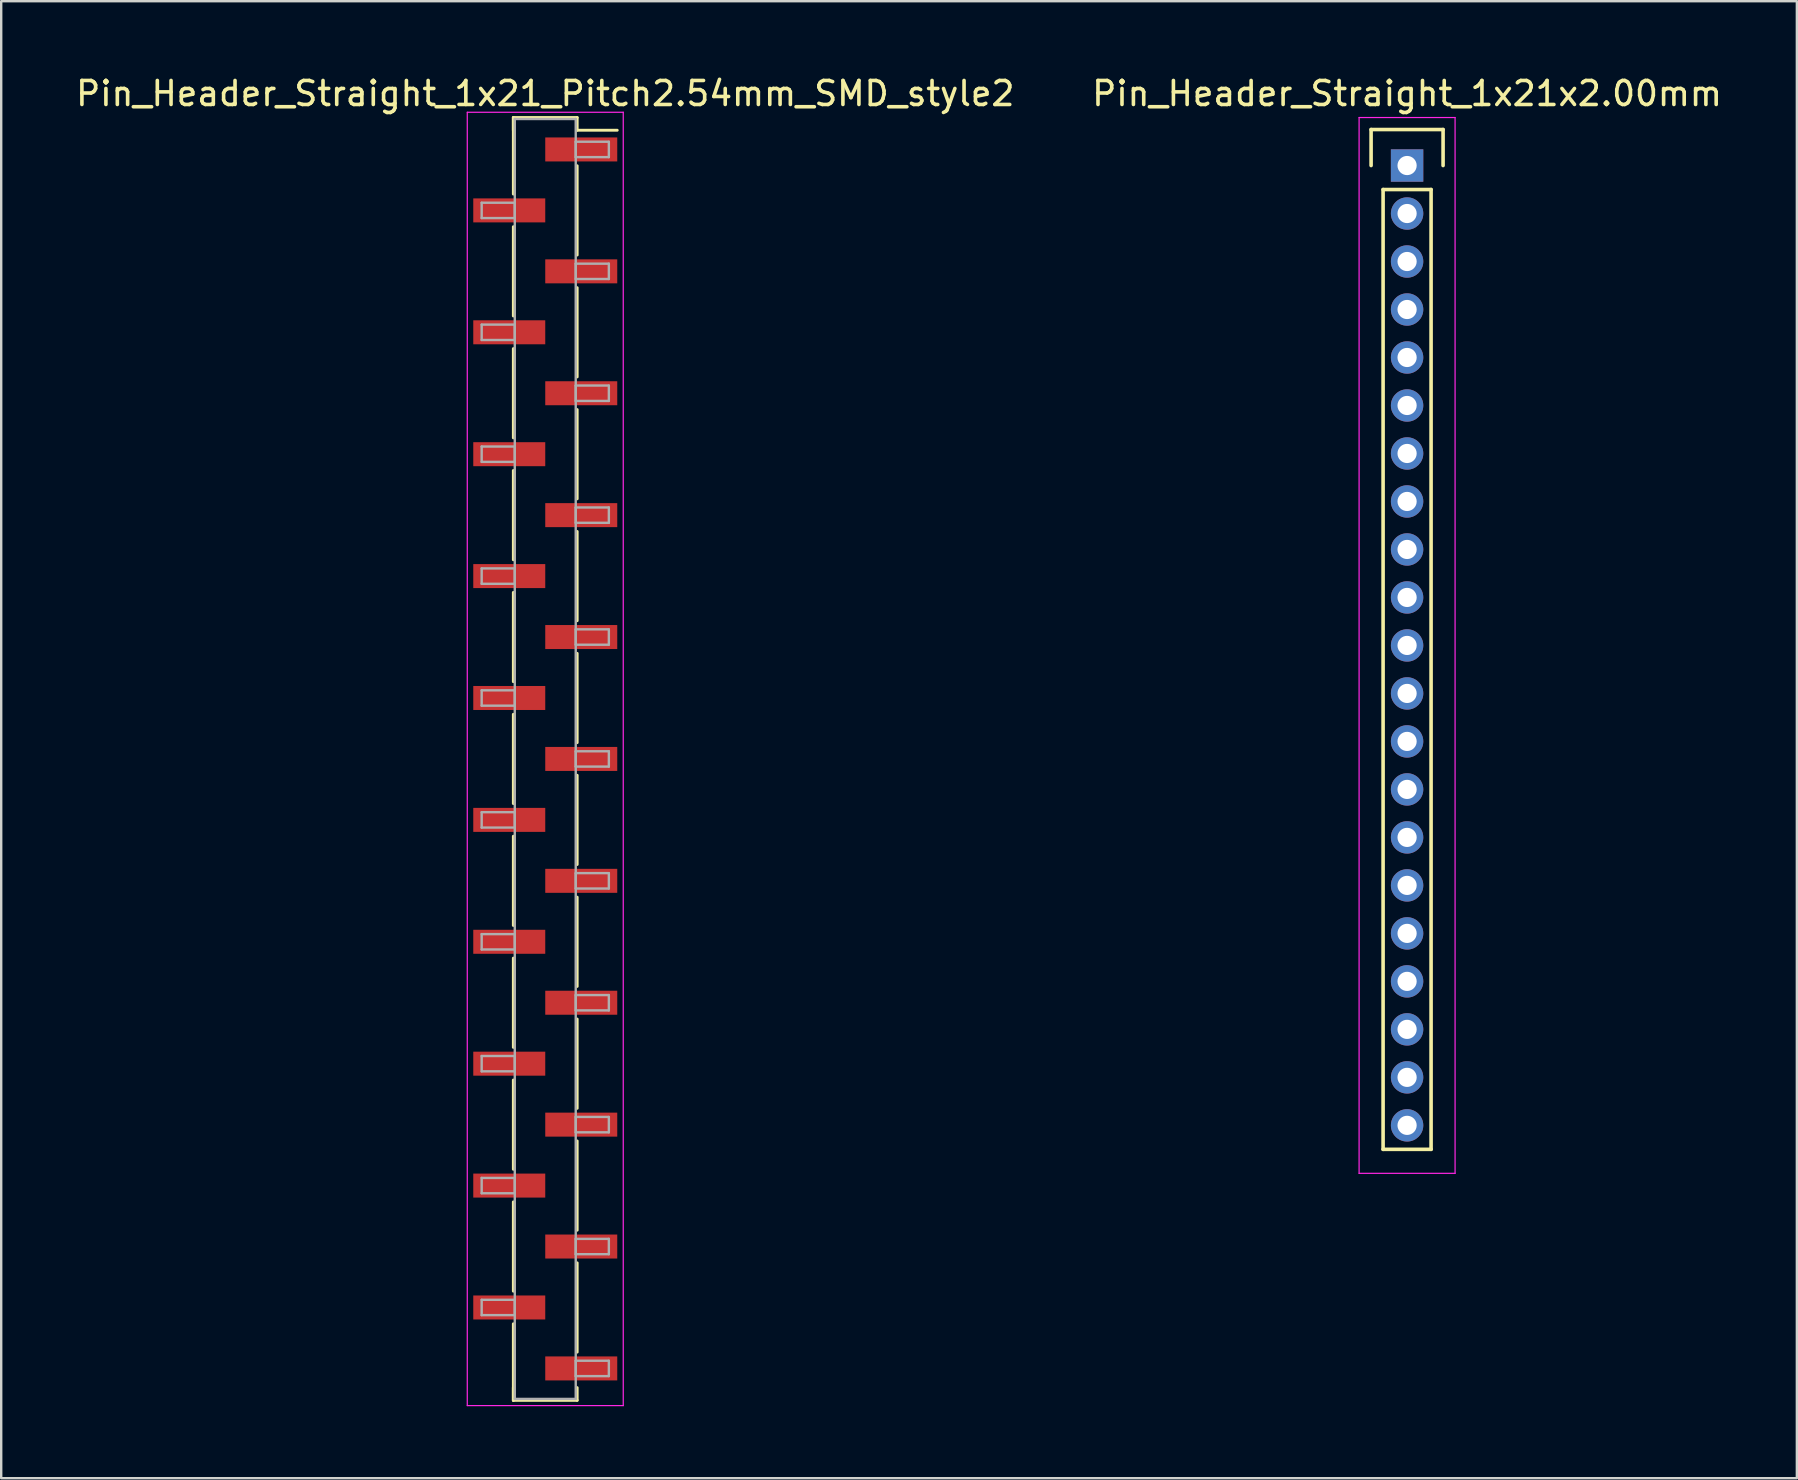
<source format=kicad_pcb>
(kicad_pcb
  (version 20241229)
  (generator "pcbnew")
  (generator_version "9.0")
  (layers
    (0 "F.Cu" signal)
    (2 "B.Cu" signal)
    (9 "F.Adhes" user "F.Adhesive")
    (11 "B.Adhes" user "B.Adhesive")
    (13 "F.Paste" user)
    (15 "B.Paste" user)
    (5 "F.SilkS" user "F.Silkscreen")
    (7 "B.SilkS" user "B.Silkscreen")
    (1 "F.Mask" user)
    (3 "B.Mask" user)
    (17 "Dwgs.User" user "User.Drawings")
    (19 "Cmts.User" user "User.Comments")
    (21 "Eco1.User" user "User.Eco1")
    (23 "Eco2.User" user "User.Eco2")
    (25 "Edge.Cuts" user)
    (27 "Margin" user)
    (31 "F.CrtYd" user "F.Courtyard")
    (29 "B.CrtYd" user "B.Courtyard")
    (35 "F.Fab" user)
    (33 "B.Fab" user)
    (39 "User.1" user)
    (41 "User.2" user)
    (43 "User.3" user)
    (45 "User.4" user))
  (footprint "Pin_Header_Straight_1x21_Pitch2.54mm_SMD_style2"
    (layer "F.Cu")
    (at 19.673 28.578)
    (property "Reference" "Pin_Header_Straight_1x21_Pitch2.54mm_SMD_style2" (at 0 -27.73 0) (layer "F.SilkS") (effects (font (size 1 1) (thickness 0.15))))
    (attr smd)
    (fp_line (start -1.33 -26.73) (end -1.33 -23.54) (stroke (width 0.12) (type solid)) (layer "F.SilkS"))
    (fp_line (start -1.33 -26.73) (end 1.33 -26.73) (stroke (width 0.12) (type solid)) (layer "F.SilkS"))
    (fp_line (start -1.33 -26.2) (end -1.33 -26.73) (stroke (width 0.12) (type solid)) (layer "F.SilkS"))
    (fp_line (start -1.33 -22.18) (end -1.33 -18.46) (stroke (width 0.12) (type solid)) (layer "F.SilkS"))
    (fp_line (start -1.33 -17.1) (end -1.33 -13.38) (stroke (width 0.12) (type solid)) (layer "F.SilkS"))
    (fp_line (start -1.33 -12.02) (end -1.33 -8.3) (stroke (width 0.12) (type solid)) (layer "F.SilkS"))
    (fp_line (start -1.33 -6.94) (end -1.33 -3.22) (stroke (width 0.12) (type solid)) (layer "F.SilkS"))
    (fp_line (start -1.33 -1.86) (end -1.33 1.86) (stroke (width 0.12) (type solid)) (layer "F.SilkS"))
    (fp_line (start -1.33 3.22) (end -1.33 6.94) (stroke (width 0.12) (type solid)) (layer "F.SilkS"))
    (fp_line (start -1.33 8.3) (end -1.33 12.02) (stroke (width 0.12) (type solid)) (layer "F.SilkS"))
    (fp_line (start -1.33 13.38) (end -1.33 17.1) (stroke (width 0.12) (type solid)) (layer "F.SilkS"))
    (fp_line (start -1.33 18.46) (end -1.33 22.18) (stroke (width 0.12) (type solid)) (layer "F.SilkS"))
    (fp_line (start -1.33 23.54) (end -1.33 26.73) (stroke (width 0.12) (type solid)) (layer "F.SilkS"))
    (fp_line (start -1.33 26.2) (end -1.33 26.73) (stroke (width 0.12) (type solid)) (layer "F.SilkS"))
    (fp_line (start -1.33 26.73) (end 1.33 26.73) (stroke (width 0.12) (type solid)) (layer "F.SilkS"))
    (fp_line (start 1.33 -26.73) (end 1.33 -26.2) (stroke (width 0.12) (type solid)) (layer "F.SilkS"))
    (fp_line (start 1.33 -26.2) (end 3 -26.2) (stroke (width 0.12) (type solid)) (layer "F.SilkS"))
    (fp_line (start 1.33 -24.72) (end 1.33 -21) (stroke (width 0.12) (type solid)) (layer "F.SilkS"))
    (fp_line (start 1.33 -19.64) (end 1.33 -15.92) (stroke (width 0.12) (type solid)) (layer "F.SilkS"))
    (fp_line (start 1.33 -14.56) (end 1.33 -10.84) (stroke (width 0.12) (type solid)) (layer "F.SilkS"))
    (fp_line (start 1.33 -9.48) (end 1.33 -5.76) (stroke (width 0.12) (type solid)) (layer "F.SilkS"))
    (fp_line (start 1.33 -4.4) (end 1.33 -0.68) (stroke (width 0.12) (type solid)) (layer "F.SilkS"))
    (fp_line (start 1.33 0.68) (end 1.33 4.4) (stroke (width 0.12) (type solid)) (layer "F.SilkS"))
    (fp_line (start 1.33 5.76) (end 1.33 9.48) (stroke (width 0.12) (type solid)) (layer "F.SilkS"))
    (fp_line (start 1.33 10.84) (end 1.33 14.56) (stroke (width 0.12) (type solid)) (layer "F.SilkS"))
    (fp_line (start 1.33 15.92) (end 1.33 19.64) (stroke (width 0.12) (type solid)) (layer "F.SilkS"))
    (fp_line (start 1.33 21) (end 1.33 24.72) (stroke (width 0.12) (type solid)) (layer "F.SilkS"))
    (fp_line (start 1.33 26.73) (end 1.33 26.2) (stroke (width 0.12) (type solid)) (layer "F.SilkS"))
    (fp_line (start -3.25 -26.95) (end -3.25 26.95) (stroke (width 0.05) (type solid)) (layer "F.CrtYd"))
    (fp_line (start -3.25 26.95) (end 3.25 26.95) (stroke (width 0.05) (type solid)) (layer "F.CrtYd"))
    (fp_line (start 3.25 -26.95) (end -3.25 -26.95) (stroke (width 0.05) (type solid)) (layer "F.CrtYd"))
    (fp_line (start 3.25 26.95) (end 3.25 -26.95) (stroke (width 0.05) (type solid)) (layer "F.CrtYd"))
    (fp_line (start -2.65 -23.18) (end -1.27 -23.18) (stroke (width 0.1) (type solid)) (layer "F.Fab"))
    (fp_line (start -2.65 -22.54) (end -2.65 -23.18) (stroke (width 0.1) (type solid)) (layer "F.Fab"))
    (fp_line (start -2.65 -18.1) (end -1.27 -18.1) (stroke (width 0.1) (type solid)) (layer "F.Fab"))
    (fp_line (start -2.65 -17.46) (end -2.65 -18.1) (stroke (width 0.1) (type solid)) (layer "F.Fab"))
    (fp_line (start -2.65 -13.02) (end -1.27 -13.02) (stroke (width 0.1) (type solid)) (layer "F.Fab"))
    (fp_line (start -2.65 -12.38) (end -2.65 -13.02) (stroke (width 0.1) (type solid)) (layer "F.Fab"))
    (fp_line (start -2.65 -7.94) (end -1.27 -7.94) (stroke (width 0.1) (type solid)) (layer "F.Fab"))
    (fp_line (start -2.65 -7.3) (end -2.65 -7.94) (stroke (width 0.1) (type solid)) (layer "F.Fab"))
    (fp_line (start -2.65 -2.86) (end -1.27 -2.86) (stroke (width 0.1) (type solid)) (layer "F.Fab"))
    (fp_line (start -2.65 -2.22) (end -2.65 -2.86) (stroke (width 0.1) (type solid)) (layer "F.Fab"))
    (fp_line (start -2.65 2.22) (end -1.27 2.22) (stroke (width 0.1) (type solid)) (layer "F.Fab"))
    (fp_line (start -2.65 2.86) (end -2.65 2.22) (stroke (width 0.1) (type solid)) (layer "F.Fab"))
    (fp_line (start -2.65 7.3) (end -1.27 7.3) (stroke (width 0.1) (type solid)) (layer "F.Fab"))
    (fp_line (start -2.65 7.94) (end -2.65 7.3) (stroke (width 0.1) (type solid)) (layer "F.Fab"))
    (fp_line (start -2.65 12.38) (end -1.27 12.38) (stroke (width 0.1) (type solid)) (layer "F.Fab"))
    (fp_line (start -2.65 13.02) (end -2.65 12.38) (stroke (width 0.1) (type solid)) (layer "F.Fab"))
    (fp_line (start -2.65 17.46) (end -1.27 17.46) (stroke (width 0.1) (type solid)) (layer "F.Fab"))
    (fp_line (start -2.65 18.1) (end -2.65 17.46) (stroke (width 0.1) (type solid)) (layer "F.Fab"))
    (fp_line (start -2.65 22.54) (end -1.27 22.54) (stroke (width 0.1) (type solid)) (layer "F.Fab"))
    (fp_line (start -2.65 23.18) (end -2.65 22.54) (stroke (width 0.1) (type solid)) (layer "F.Fab"))
    (fp_line (start -1.27 -26.67) (end -1.27 26.67) (stroke (width 0.1) (type solid)) (layer "F.Fab"))
    (fp_line (start -1.27 -23.18) (end -1.27 -22.54) (stroke (width 0.1) (type solid)) (layer "F.Fab"))
    (fp_line (start -1.27 -22.54) (end -2.65 -22.54) (stroke (width 0.1) (type solid)) (layer "F.Fab"))
    (fp_line (start -1.27 -18.1) (end -1.27 -17.46) (stroke (width 0.1) (type solid)) (layer "F.Fab"))
    (fp_line (start -1.27 -17.46) (end -2.65 -17.46) (stroke (width 0.1) (type solid)) (layer "F.Fab"))
    (fp_line (start -1.27 -13.02) (end -1.27 -12.38) (stroke (width 0.1) (type solid)) (layer "F.Fab"))
    (fp_line (start -1.27 -12.38) (end -2.65 -12.38) (stroke (width 0.1) (type solid)) (layer "F.Fab"))
    (fp_line (start -1.27 -7.94) (end -1.27 -7.3) (stroke (width 0.1) (type solid)) (layer "F.Fab"))
    (fp_line (start -1.27 -7.3) (end -2.65 -7.3) (stroke (width 0.1) (type solid)) (layer "F.Fab"))
    (fp_line (start -1.27 -2.86) (end -1.27 -2.22) (stroke (width 0.1) (type solid)) (layer "F.Fab"))
    (fp_line (start -1.27 -2.22) (end -2.65 -2.22) (stroke (width 0.1) (type solid)) (layer "F.Fab"))
    (fp_line (start -1.27 2.22) (end -1.27 2.86) (stroke (width 0.1) (type solid)) (layer "F.Fab"))
    (fp_line (start -1.27 2.86) (end -2.65 2.86) (stroke (width 0.1) (type solid)) (layer "F.Fab"))
    (fp_line (start -1.27 7.3) (end -1.27 7.94) (stroke (width 0.1) (type solid)) (layer "F.Fab"))
    (fp_line (start -1.27 7.94) (end -2.65 7.94) (stroke (width 0.1) (type solid)) (layer "F.Fab"))
    (fp_line (start -1.27 12.38) (end -1.27 13.02) (stroke (width 0.1) (type solid)) (layer "F.Fab"))
    (fp_line (start -1.27 13.02) (end -2.65 13.02) (stroke (width 0.1) (type solid)) (layer "F.Fab"))
    (fp_line (start -1.27 17.46) (end -1.27 18.1) (stroke (width 0.1) (type solid)) (layer "F.Fab"))
    (fp_line (start -1.27 18.1) (end -2.65 18.1) (stroke (width 0.1) (type solid)) (layer "F.Fab"))
    (fp_line (start -1.27 22.54) (end -1.27 23.18) (stroke (width 0.1) (type solid)) (layer "F.Fab"))
    (fp_line (start -1.27 23.18) (end -2.65 23.18) (stroke (width 0.1) (type solid)) (layer "F.Fab"))
    (fp_line (start -1.27 26.67) (end 1.27 26.67) (stroke (width 0.1) (type solid)) (layer "F.Fab"))
    (fp_line (start 1.27 -26.67) (end -1.27 -26.67) (stroke (width 0.1) (type solid)) (layer "F.Fab"))
    (fp_line (start 1.27 -25.72) (end 1.27 -25.08) (stroke (width 0.1) (type solid)) (layer "F.Fab"))
    (fp_line (start 1.27 -25.08) (end 2.65 -25.08) (stroke (width 0.1) (type solid)) (layer "F.Fab"))
    (fp_line (start 1.27 -20.64) (end 1.27 -20) (stroke (width 0.1) (type solid)) (layer "F.Fab"))
    (fp_line (start 1.27 -20) (end 2.65 -20) (stroke (width 0.1) (type solid)) (layer "F.Fab"))
    (fp_line (start 1.27 -15.56) (end 1.27 -14.92) (stroke (width 0.1) (type solid)) (layer "F.Fab"))
    (fp_line (start 1.27 -14.92) (end 2.65 -14.92) (stroke (width 0.1) (type solid)) (layer "F.Fab"))
    (fp_line (start 1.27 -10.48) (end 1.27 -9.84) (stroke (width 0.1) (type solid)) (layer "F.Fab"))
    (fp_line (start 1.27 -9.84) (end 2.65 -9.84) (stroke (width 0.1) (type solid)) (layer "F.Fab"))
    (fp_line (start 1.27 -5.4) (end 1.27 -4.76) (stroke (width 0.1) (type solid)) (layer "F.Fab"))
    (fp_line (start 1.27 -4.76) (end 2.65 -4.76) (stroke (width 0.1) (type solid)) (layer "F.Fab"))
    (fp_line (start 1.27 -0.32) (end 1.27 0.32) (stroke (width 0.1) (type solid)) (layer "F.Fab"))
    (fp_line (start 1.27 0.32) (end 2.65 0.32) (stroke (width 0.1) (type solid)) (layer "F.Fab"))
    (fp_line (start 1.27 4.76) (end 1.27 5.4) (stroke (width 0.1) (type solid)) (layer "F.Fab"))
    (fp_line (start 1.27 5.4) (end 2.65 5.4) (stroke (width 0.1) (type solid)) (layer "F.Fab"))
    (fp_line (start 1.27 9.84) (end 1.27 10.48) (stroke (width 0.1) (type solid)) (layer "F.Fab"))
    (fp_line (start 1.27 10.48) (end 2.65 10.48) (stroke (width 0.1) (type solid)) (layer "F.Fab"))
    (fp_line (start 1.27 14.92) (end 1.27 15.56) (stroke (width 0.1) (type solid)) (layer "F.Fab"))
    (fp_line (start 1.27 15.56) (end 2.65 15.56) (stroke (width 0.1) (type solid)) (layer "F.Fab"))
    (fp_line (start 1.27 20) (end 1.27 20.64) (stroke (width 0.1) (type solid)) (layer "F.Fab"))
    (fp_line (start 1.27 20.64) (end 2.65 20.64) (stroke (width 0.1) (type solid)) (layer "F.Fab"))
    (fp_line (start 1.27 25.08) (end 1.27 25.72) (stroke (width 0.1) (type solid)) (layer "F.Fab"))
    (fp_line (start 1.27 25.72) (end 2.65 25.72) (stroke (width 0.1) (type solid)) (layer "F.Fab"))
    (fp_line (start 1.27 26.67) (end 1.27 -26.67) (stroke (width 0.1) (type solid)) (layer "F.Fab"))
    (fp_line (start 2.65 -25.72) (end 1.27 -25.72) (stroke (width 0.1) (type solid)) (layer "F.Fab"))
    (fp_line (start 2.65 -25.08) (end 2.65 -25.72) (stroke (width 0.1) (type solid)) (layer "F.Fab"))
    (fp_line (start 2.65 -20.64) (end 1.27 -20.64) (stroke (width 0.1) (type solid)) (layer "F.Fab"))
    (fp_line (start 2.65 -20) (end 2.65 -20.64) (stroke (width 0.1) (type solid)) (layer "F.Fab"))
    (fp_line (start 2.65 -15.56) (end 1.27 -15.56) (stroke (width 0.1) (type solid)) (layer "F.Fab"))
    (fp_line (start 2.65 -14.92) (end 2.65 -15.56) (stroke (width 0.1) (type solid)) (layer "F.Fab"))
    (fp_line (start 2.65 -10.48) (end 1.27 -10.48) (stroke (width 0.1) (type solid)) (layer "F.Fab"))
    (fp_line (start 2.65 -9.84) (end 2.65 -10.48) (stroke (width 0.1) (type solid)) (layer "F.Fab"))
    (fp_line (start 2.65 -5.4) (end 1.27 -5.4) (stroke (width 0.1) (type solid)) (layer "F.Fab"))
    (fp_line (start 2.65 -4.76) (end 2.65 -5.4) (stroke (width 0.1) (type solid)) (layer "F.Fab"))
    (fp_line (start 2.65 -0.32) (end 1.27 -0.32) (stroke (width 0.1) (type solid)) (layer "F.Fab"))
    (fp_line (start 2.65 0.32) (end 2.65 -0.32) (stroke (width 0.1) (type solid)) (layer "F.Fab"))
    (fp_line (start 2.65 4.76) (end 1.27 4.76) (stroke (width 0.1) (type solid)) (layer "F.Fab"))
    (fp_line (start 2.65 5.4) (end 2.65 4.76) (stroke (width 0.1) (type solid)) (layer "F.Fab"))
    (fp_line (start 2.65 9.84) (end 1.27 9.84) (stroke (width 0.1) (type solid)) (layer "F.Fab"))
    (fp_line (start 2.65 10.48) (end 2.65 9.84) (stroke (width 0.1) (type solid)) (layer "F.Fab"))
    (fp_line (start 2.65 14.92) (end 1.27 14.92) (stroke (width 0.1) (type solid)) (layer "F.Fab"))
    (fp_line (start 2.65 15.56) (end 2.65 14.92) (stroke (width 0.1) (type solid)) (layer "F.Fab"))
    (fp_line (start 2.65 20) (end 1.27 20) (stroke (width 0.1) (type solid)) (layer "F.Fab"))
    (fp_line (start 2.65 20.64) (end 2.65 20) (stroke (width 0.1) (type solid)) (layer "F.Fab"))
    (fp_line (start 2.65 25.08) (end 1.27 25.08) (stroke (width 0.1) (type solid)) (layer "F.Fab"))
    (fp_line (start 2.65 25.72) (end 2.65 25.08) (stroke (width 0.1) (type solid)) (layer "F.Fab"))
    (pad "1" smd rect (at 1.5 -25.4) (size 3 1) (layers "F.Cu" "F.Mask"))
    (pad "2" smd rect (at -1.5 -22.86) (size 3 1) (layers "F.Cu" "F.Mask"))
    (pad "3" smd rect (at 1.5 -20.32) (size 3 1) (layers "F.Cu" "F.Mask"))
    (pad "4" smd rect (at -1.5 -17.78) (size 3 1) (layers "F.Cu" "F.Mask"))
    (pad "5" smd rect (at 1.5 -15.24) (size 3 1) (layers "F.Cu" "F.Mask"))
    (pad "6" smd rect (at -1.5 -12.7) (size 3 1) (layers "F.Cu" "F.Mask"))
    (pad "7" smd rect (at 1.5 -10.16) (size 3 1) (layers "F.Cu" "F.Mask"))
    (pad "8" smd rect (at -1.5 -7.62) (size 3 1) (layers "F.Cu" "F.Mask"))
    (pad "9" smd rect (at 1.5 -5.08) (size 3 1) (layers "F.Cu" "F.Mask"))
    (pad "10" smd rect (at -1.5 -2.54) (size 3 1) (layers "F.Cu" "F.Mask"))
    (pad "11" smd rect (at 1.5 0) (size 3 1) (layers "F.Cu" "F.Mask"))
    (pad "12" smd rect (at -1.5 2.54) (size 3 1) (layers "F.Cu" "F.Mask"))
    (pad "13" smd rect (at 1.5 5.08) (size 3 1) (layers "F.Cu" "F.Mask"))
    (pad "14" smd rect (at -1.5 7.62) (size 3 1) (layers "F.Cu" "F.Mask"))
    (pad "15" smd rect (at 1.5 10.16) (size 3 1) (layers "F.Cu" "F.Mask"))
    (pad "16" smd rect (at -1.5 12.7) (size 3 1) (layers "F.Cu" "F.Mask"))
    (pad "17" smd rect (at 1.5 15.24) (size 3 1) (layers "F.Cu" "F.Mask"))
    (pad "18" smd rect (at -1.5 17.78) (size 3 1) (layers "F.Cu" "F.Mask"))
    (pad "19" smd rect (at 1.5 20.32) (size 3 1) (layers "F.Cu" "F.Mask"))
    (pad "20" smd rect (at -1.5 22.86) (size 3 1) (layers "F.Cu" "F.Mask"))
    (pad "21" smd rect (at 1.5 25.4) (size 3 1) (layers "F.Cu" "F.Mask")))
  (footprint "Pin_Header_Straight_1x21x2.00mm"
    (layer "F.Cu")
    (at 55.589 3.848)
    (property "Reference" "Pin_Header_Straight_1x21x2.00mm" (at 0 -3 0) (layer "F.SilkS") (effects (font (size 1 1) (thickness 0.15))))
    (attr through_hole)
    (fp_line (start -1.5 -1.5) (end 1.5 -1.5) (stroke (width 0.15) (type solid)) (layer "F.SilkS"))
    (fp_line (start -1.5 0) (end -1.5 -1.5) (stroke (width 0.15) (type solid)) (layer "F.SilkS"))
    (fp_line (start -1 1) (end 1 1) (stroke (width 0.15) (type solid)) (layer "F.SilkS"))
    (fp_line (start -1 41) (end -1 1) (stroke (width 0.15) (type solid)) (layer "F.SilkS"))
    (fp_line (start 1 1) (end 1 41) (stroke (width 0.15) (type solid)) (layer "F.SilkS"))
    (fp_line (start 1 41) (end -1 41) (stroke (width 0.15) (type solid)) (layer "F.SilkS"))
    (fp_line (start 1.5 -1.5) (end 1.5 0) (stroke (width 0.15) (type solid)) (layer "F.SilkS"))
    (fp_line (start -2 -2) (end 2 -2) (stroke (width 0.05) (type solid)) (layer "F.CrtYd"))
    (fp_line (start -2 42) (end -2 -2) (stroke (width 0.05) (type solid)) (layer "F.CrtYd"))
    (fp_line (start 2 -2) (end 2 42) (stroke (width 0.05) (type solid)) (layer "F.CrtYd"))
    (fp_line (start 2 42) (end -2 42) (stroke (width 0.05) (type solid)) (layer "F.CrtYd"))
    (pad "1" thru_hole rect (at 0 0) (size 1.35 1.35) (drill 0.8) (layers "*.Cu" "*.Mask"))
    (pad "2" thru_hole circle (at 0 2) (size 1.35 1.35) (drill 0.8) (layers "*.Cu" "*.Mask"))
    (pad "3" thru_hole circle (at 0 4) (size 1.35 1.35) (drill 0.8) (layers "*.Cu" "*.Mask"))
    (pad "4" thru_hole circle (at 0 6) (size 1.35 1.35) (drill 0.8) (layers "*.Cu" "*.Mask"))
    (pad "5" thru_hole circle (at 0 8) (size 1.35 1.35) (drill 0.8) (layers "*.Cu" "*.Mask"))
    (pad "6" thru_hole circle (at 0 10) (size 1.35 1.35) (drill 0.8) (layers "*.Cu" "*.Mask"))
    (pad "7" thru_hole circle (at 0 12) (size 1.35 1.35) (drill 0.8) (layers "*.Cu" "*.Mask"))
    (pad "8" thru_hole circle (at 0 14) (size 1.35 1.35) (drill 0.8) (layers "*.Cu" "*.Mask"))
    (pad "9" thru_hole circle (at 0 16) (size 1.35 1.35) (drill 0.8) (layers "*.Cu" "*.Mask"))
    (pad "10" thru_hole circle (at 0 18) (size 1.35 1.35) (drill 0.8) (layers "*.Cu" "*.Mask"))
    (pad "11" thru_hole circle (at 0 20) (size 1.35 1.35) (drill 0.8) (layers "*.Cu" "*.Mask"))
    (pad "12" thru_hole circle (at 0 22) (size 1.35 1.35) (drill 0.8) (layers "*.Cu" "*.Mask"))
    (pad "13" thru_hole circle (at 0 24) (size 1.35 1.35) (drill 0.8) (layers "*.Cu" "*.Mask"))
    (pad "14" thru_hole circle (at 0 26) (size 1.35 1.35) (drill 0.8) (layers "*.Cu" "*.Mask"))
    (pad "15" thru_hole circle (at 0 28) (size 1.35 1.35) (drill 0.8) (layers "*.Cu" "*.Mask"))
    (pad "16" thru_hole circle (at 0 30) (size 1.35 1.35) (drill 0.8) (layers "*.Cu" "*.Mask"))
    (pad "17" thru_hole circle (at 0 32) (size 1.35 1.35) (drill 0.8) (layers "*.Cu" "*.Mask"))
    (pad "18" thru_hole circle (at 0 34) (size 1.35 1.35) (drill 0.8) (layers "*.Cu" "*.Mask"))
    (pad "19" thru_hole circle (at 0 36) (size 1.35 1.35) (drill 0.8) (layers "*.Cu" "*.Mask"))
    (pad "20" thru_hole circle (at 0 38) (size 1.35 1.35) (drill 0.8) (layers "*.Cu" "*.Mask"))
    (pad "21" thru_hole circle (at 0 40) (size 1.35 1.35) (drill 0.8) (layers "*.Cu" "*.Mask")))
  (gr_rect
    (start -3 -3)
    (end 71.833 58.553)
    (stroke (width 0.1) (type default))
    (fill no)
    (layer "Edge.Cuts")))
</source>
